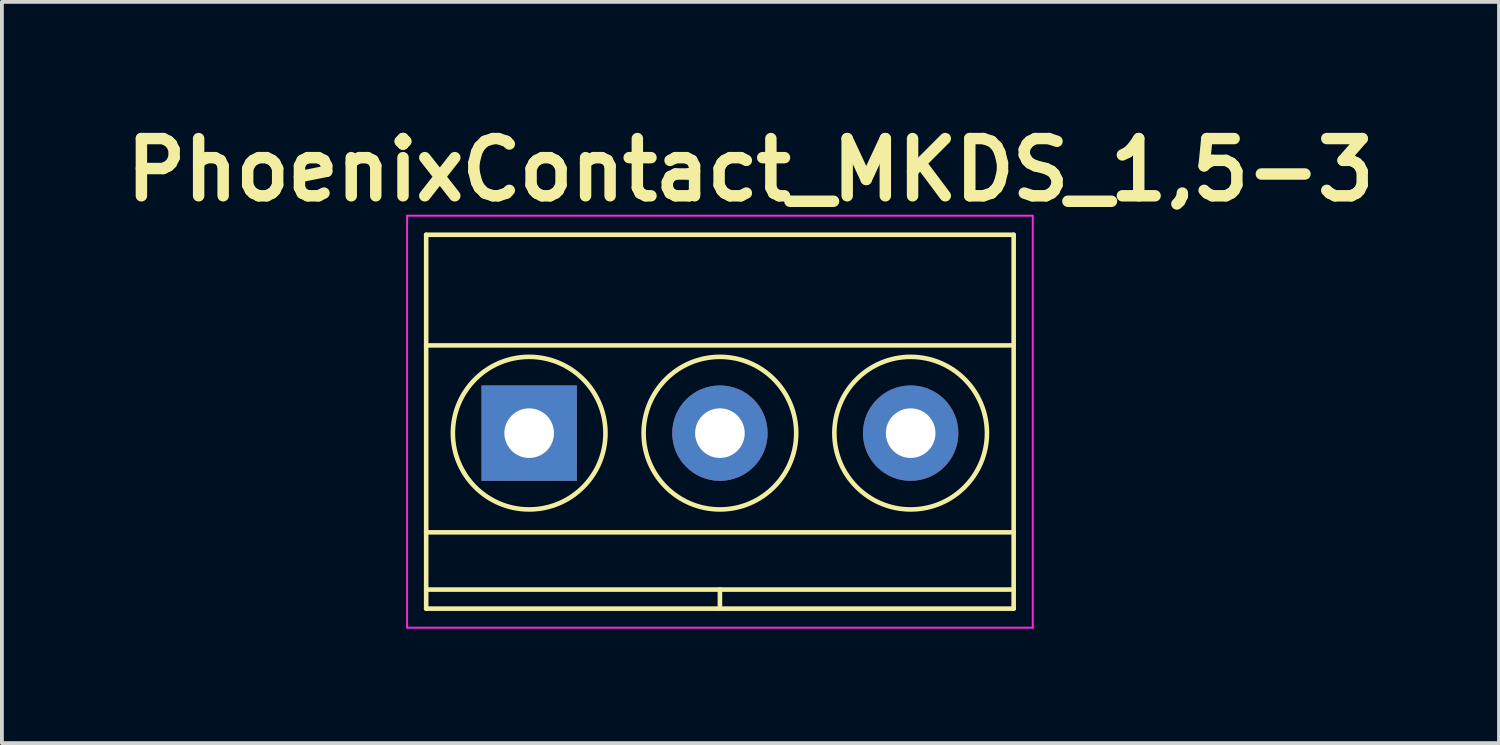
<source format=kicad_pcb>
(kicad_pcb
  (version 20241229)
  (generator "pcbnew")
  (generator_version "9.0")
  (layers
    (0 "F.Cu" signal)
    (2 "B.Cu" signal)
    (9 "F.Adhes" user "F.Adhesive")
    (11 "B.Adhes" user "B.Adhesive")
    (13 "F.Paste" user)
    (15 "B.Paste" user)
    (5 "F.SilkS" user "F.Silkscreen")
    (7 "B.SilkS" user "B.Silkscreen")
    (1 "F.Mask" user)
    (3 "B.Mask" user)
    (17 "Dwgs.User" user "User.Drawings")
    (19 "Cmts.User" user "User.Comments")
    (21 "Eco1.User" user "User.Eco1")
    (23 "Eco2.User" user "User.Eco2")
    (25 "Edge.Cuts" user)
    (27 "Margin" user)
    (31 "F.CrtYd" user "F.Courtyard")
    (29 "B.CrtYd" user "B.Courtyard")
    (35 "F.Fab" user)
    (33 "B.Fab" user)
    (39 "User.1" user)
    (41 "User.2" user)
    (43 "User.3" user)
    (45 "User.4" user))
  (footprint "PhoenixContact_MKDS_1,5-3"
    (layer "F.Cu")
    (at 10.821 8.304)
    (property "Reference" "PhoenixContact_MKDS_1,5-3" (at 5.8 -6.9 180) (layer "F.SilkS") (effects (font (size 1.5 1.5) (thickness 0.3))))
    (attr through_hole)
    (fp_line (start -2.7 -5.2) (end -2.7 4.6) (stroke (width 0.12) (type solid)) (layer "F.SilkS"))
    (fp_line (start -2.7 -2.3) (end 12.7 -2.3) (stroke (width 0.12) (type solid)) (layer "F.SilkS"))
    (fp_line (start -2.7 2.6) (end 12.7 2.6) (stroke (width 0.12) (type solid)) (layer "F.SilkS"))
    (fp_line (start -2.7 4.1) (end 12.7 4.1) (stroke (width 0.12) (type solid)) (layer "F.SilkS"))
    (fp_line (start -2.7 4.6) (end 12.7 4.6) (stroke (width 0.12) (type solid)) (layer "F.SilkS"))
    (fp_line (start 5 4.1) (end 5 4.6) (stroke (width 0.12) (type solid)) (layer "F.SilkS"))
    (fp_line (start 12.7 -5.2) (end -2.7 -5.2) (stroke (width 0.12) (type solid)) (layer "F.SilkS"))
    (fp_line (start 12.7 4.6) (end 12.7 -5.2) (stroke (width 0.12) (type solid)) (layer "F.SilkS"))
    (fp_circle (center 0 0) (end 2 0) (stroke (width 0.12) (type solid)) (fill no) (layer "F.SilkS"))
    (fp_circle (center 5 0) (end 3 0) (stroke (width 0.12) (type solid)) (fill no) (layer "F.SilkS"))
    (fp_circle (center 10 0) (end 8 0) (stroke (width 0.12) (type solid)) (fill no) (layer "F.SilkS"))
    (fp_line (start -3.2 -5.7) (end 13.2 -5.7) (stroke (width 0.05) (type solid)) (layer "F.CrtYd"))
    (fp_line (start -3.2 5.1) (end -3.2 -5.7) (stroke (width 0.05) (type solid)) (layer "F.CrtYd"))
    (fp_line (start 13.2 -5.7) (end 13.2 5.1) (stroke (width 0.05) (type solid)) (layer "F.CrtYd"))
    (fp_line (start 13.2 5.1) (end -3.2 5.1) (stroke (width 0.05) (type solid)) (layer "F.CrtYd"))
    (pad "1" thru_hole rect (at 0 0) (size 2.5 2.5) (drill 1.3) (layers "*.Cu" "*.Mask"))
    (pad "2" thru_hole circle (at 5 0) (size 2.5 2.5) (drill 1.3) (layers "*.Cu" "*.Mask"))
    (pad "3" thru_hole circle (at 10 0) (size 2.5 2.5) (drill 1.3) (layers "*.Cu" "*.Mask")))
  (gr_rect
    (start -3 -3)
    (end 36.243 16.429)
    (stroke (width 0.1) (type default))
    (fill no)
    (layer "Edge.Cuts")))
</source>
